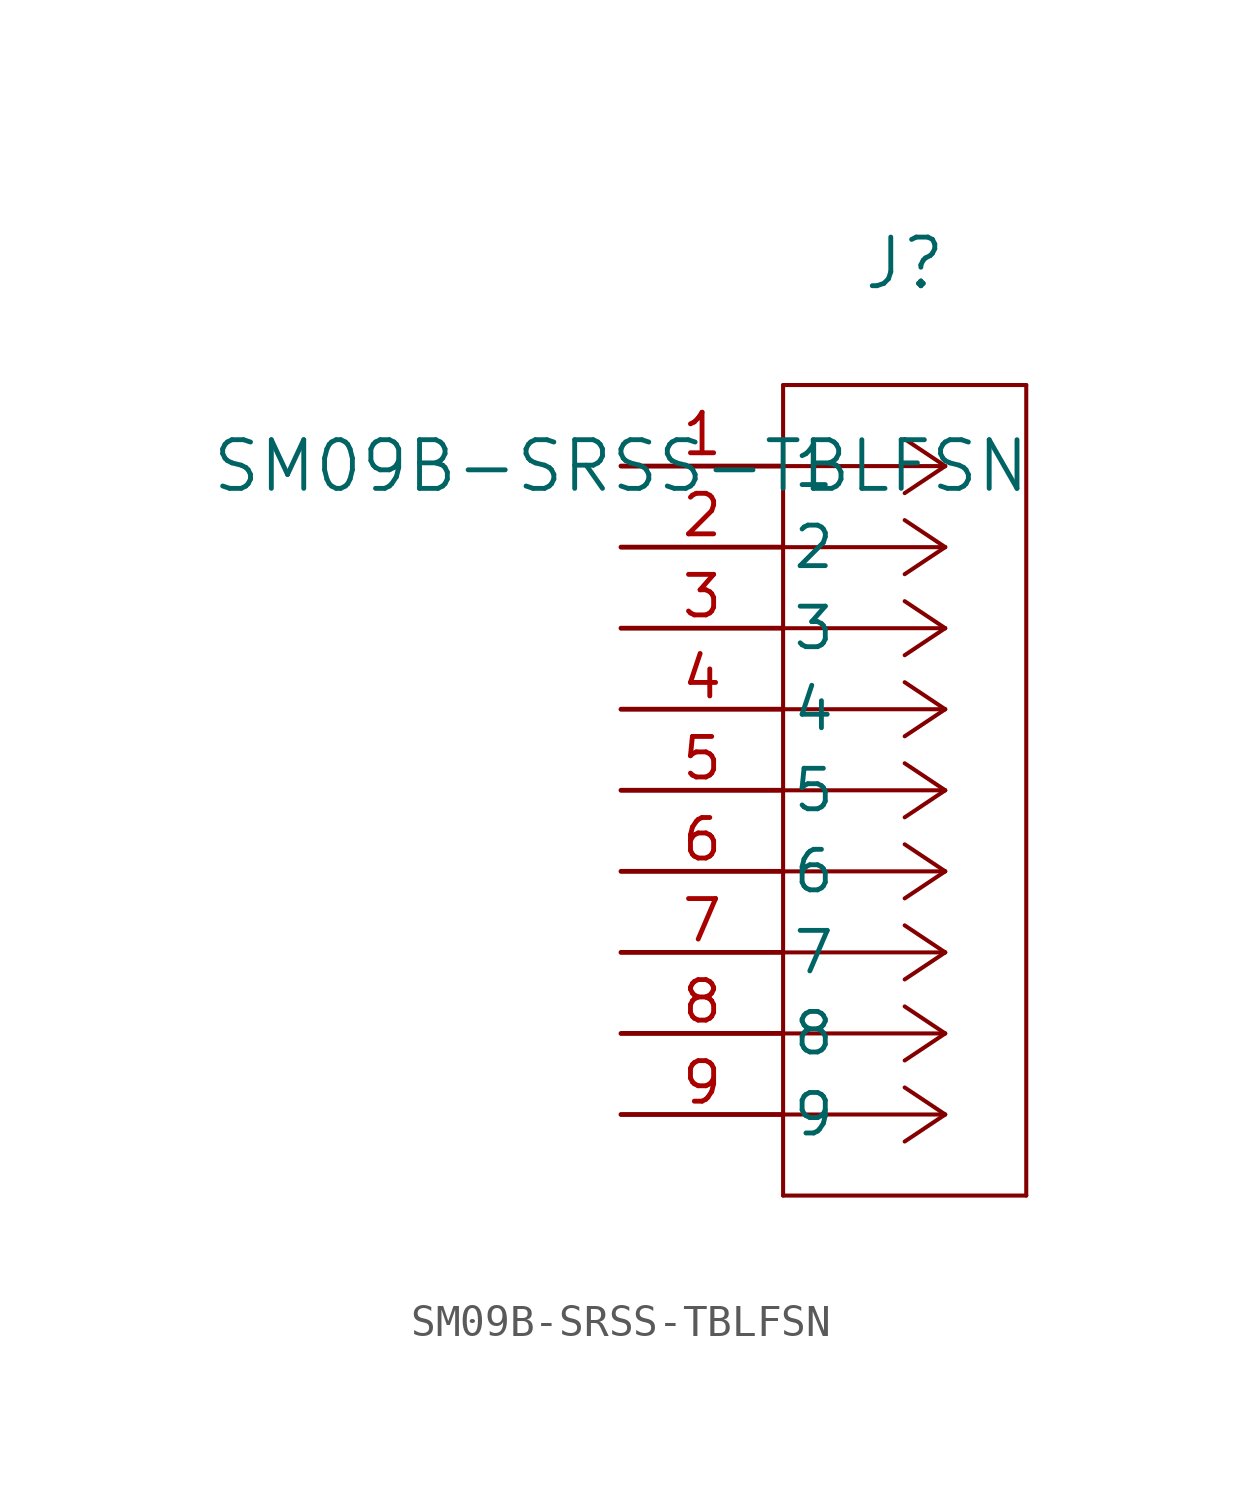
<source format=kicad_sym>
(kicad_symbol_lib
  (version 20211014)
  (generator kicad_symbol_editor)
  (symbol "SM09B-SRSS-TBLFSN"
    (pin_names
      (offset 0.254))
    (property "Reference" "J"
      (at 8.89 6.35 0)
      (effects (font (size 1.524 1.524))))
    (property "Value" "SM09B-SRSS-TBLFSN"
      (at 0 0 0)
      (effects (font (size 1.524 1.524))))
    (symbol "SM09B-SRSS-TBLFSN_0_1"
      (polyline (pts (xy 10.16 0) (xy 5.08 0)) (stroke (width 0.127) (type default) (color 0 0 0 0)) (fill (type none)))
      (polyline (pts (xy 10.16 -2.54) (xy 5.08 -2.54)) (stroke (width 0.127) (type default) (color 0 0 0 0)) (fill (type none)))
      (polyline (pts (xy 10.16 -5.08) (xy 5.08 -5.08)) (stroke (width 0.127) (type default) (color 0 0 0 0)) (fill (type none)))
      (polyline (pts (xy 10.16 -7.62) (xy 5.08 -7.62)) (stroke (width 0.127) (type default) (color 0 0 0 0)) (fill (type none)))
      (polyline (pts (xy 10.16 -10.16) (xy 5.08 -10.16)) (stroke (width 0.127) (type default) (color 0 0 0 0)) (fill (type none)))
      (polyline (pts (xy 10.16 -12.7) (xy 5.08 -12.7)) (stroke (width 0.127) (type default) (color 0 0 0 0)) (fill (type none)))
      (polyline (pts (xy 10.16 -15.24) (xy 5.08 -15.24)) (stroke (width 0.127) (type default) (color 0 0 0 0)) (fill (type none)))
      (polyline (pts (xy 10.16 -17.78) (xy 5.08 -17.78)) (stroke (width 0.127) (type default) (color 0 0 0 0)) (fill (type none)))
      (polyline (pts (xy 10.16 -20.32) (xy 5.08 -20.32)) (stroke (width 0.127) (type default) (color 0 0 0 0)) (fill (type none)))
      (polyline (pts (xy 10.16 0) (xy 8.89 0.847)) (stroke (width 0.127) (type default) (color 0 0 0 0)) (fill (type none)))
      (polyline (pts (xy 10.16 -2.54) (xy 8.89 -1.693)) (stroke (width 0.127) (type default) (color 0 0 0 0)) (fill (type none)))
      (polyline (pts (xy 10.16 -5.08) (xy 8.89 -4.233)) (stroke (width 0.127) (type default) (color 0 0 0 0)) (fill (type none)))
      (polyline (pts (xy 10.16 -7.62) (xy 8.89 -6.773)) (stroke (width 0.127) (type default) (color 0 0 0 0)) (fill (type none)))
      (polyline (pts (xy 10.16 -10.16) (xy 8.89 -9.313)) (stroke (width 0.127) (type default) (color 0 0 0 0)) (fill (type none)))
      (polyline (pts (xy 10.16 -12.7) (xy 8.89 -11.853)) (stroke (width 0.127) (type default) (color 0 0 0 0)) (fill (type none)))
      (polyline (pts (xy 10.16 -15.24) (xy 8.89 -14.393)) (stroke (width 0.127) (type default) (color 0 0 0 0)) (fill (type none)))
      (polyline (pts (xy 10.16 -17.78) (xy 8.89 -16.933)) (stroke (width 0.127) (type default) (color 0 0 0 0)) (fill (type none)))
      (polyline (pts (xy 10.16 -20.32) (xy 8.89 -19.473)) (stroke (width 0.127) (type default) (color 0 0 0 0)) (fill (type none)))
      (polyline (pts (xy 10.16 0) (xy 8.89 -0.847)) (stroke (width 0.127) (type default) (color 0 0 0 0)) (fill (type none)))
      (polyline (pts (xy 10.16 -2.54) (xy 8.89 -3.387)) (stroke (width 0.127) (type default) (color 0 0 0 0)) (fill (type none)))
      (polyline (pts (xy 10.16 -5.08) (xy 8.89 -5.927)) (stroke (width 0.127) (type default) (color 0 0 0 0)) (fill (type none)))
      (polyline (pts (xy 10.16 -7.62) (xy 8.89 -8.467)) (stroke (width 0.127) (type default) (color 0 0 0 0)) (fill (type none)))
      (polyline (pts (xy 10.16 -10.16) (xy 8.89 -11.007)) (stroke (width 0.127) (type default) (color 0 0 0 0)) (fill (type none)))
      (polyline (pts (xy 10.16 -12.7) (xy 8.89 -13.547)) (stroke (width 0.127) (type default) (color 0 0 0 0)) (fill (type none)))
      (polyline (pts (xy 10.16 -15.24) (xy 8.89 -16.087)) (stroke (width 0.127) (type default) (color 0 0 0 0)) (fill (type none)))
      (polyline (pts (xy 10.16 -17.78) (xy 8.89 -18.627)) (stroke (width 0.127) (type default) (color 0 0 0 0)) (fill (type none)))
      (polyline (pts (xy 10.16 -20.32) (xy 8.89 -21.167)) (stroke (width 0.127) (type default) (color 0 0 0 0)) (fill (type none)))
      (polyline (pts (xy 5.08 2.54) (xy 5.08 -22.86)) (stroke (width 0.127) (type default) (color 0 0 0 0)) (fill (type none)))
      (polyline (pts (xy 5.08 -22.86) (xy 12.7 -22.86)) (stroke (width 0.127) (type default) (color 0 0 0 0)) (fill (type none)))
      (polyline (pts (xy 12.7 -22.86) (xy 12.7 2.54)) (stroke (width 0.127) (type default) (color 0 0 0 0)) (fill (type none)))
      (polyline (pts (xy 12.7 2.54) (xy 5.08 2.54)) (stroke (width 0.127) (type default) (color 0 0 0 0)) (fill (type none)))
      (pin unspecified line (at 0 0 0) (length 5.08) (name "1" (effects (font (size 1.27 1.27)))) (number "1" (effects (font (size 1.27 1.27)))))
      (pin unspecified line (at 0 -2.54 0) (length 5.08) (name "2" (effects (font (size 1.27 1.27)))) (number "2" (effects (font (size 1.27 1.27)))))
      (pin unspecified line (at 0 -5.08 0) (length 5.08) (name "3" (effects (font (size 1.27 1.27)))) (number "3" (effects (font (size 1.27 1.27)))))
      (pin unspecified line (at 0 -7.62 0) (length 5.08) (name "4" (effects (font (size 1.27 1.27)))) (number "4" (effects (font (size 1.27 1.27)))))
      (pin unspecified line (at 0 -10.16 0) (length 5.08) (name "5" (effects (font (size 1.27 1.27)))) (number "5" (effects (font (size 1.27 1.27)))))
      (pin unspecified line (at 0 -12.7 0) (length 5.08) (name "6" (effects (font (size 1.27 1.27)))) (number "6" (effects (font (size 1.27 1.27)))))
      (pin unspecified line (at 0 -15.24 0) (length 5.08) (name "7" (effects (font (size 1.27 1.27)))) (number "7" (effects (font (size 1.27 1.27)))))
      (pin unspecified line (at 0 -17.78 0) (length 5.08) (name "8" (effects (font (size 1.27 1.27)))) (number "8" (effects (font (size 1.27 1.27)))))
      (pin unspecified line (at 0 -20.32 0) (length 5.08) (name "9" (effects (font (size 1.27 1.27)))) (number "9" (effects (font (size 1.27 1.27))))))))
</source>
